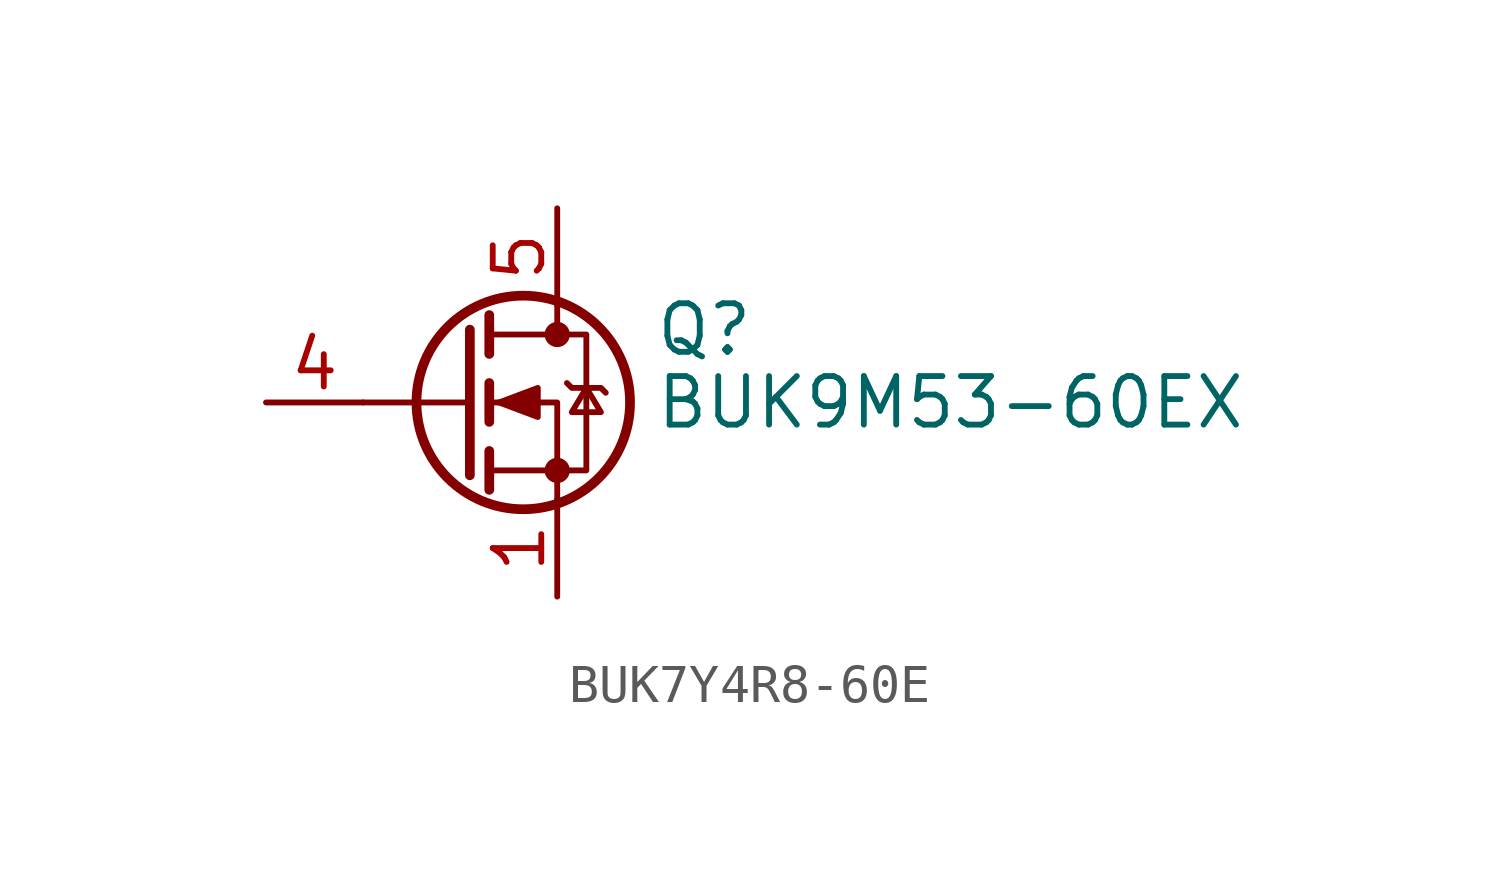
<source format=kicad_sym>
(kicad_symbol_lib
  (version 20231120)
  (generator "kicad_symbol_editor")
  (generator_version "8.0")
  (symbol "BUK7Y4R8-60E"
    (pin_names hide)
    (property "Reference" "Q"
      (at 5.08 1.905 0)
      (effects (font (size 1.27 1.27)) (justify left)))
    (property "Value" "BUK9M53-60EX"
      (at 5.08 0 0)
      (effects (font (size 1.27 1.27)) (justify left)))
    (symbol "BUK7Y4R8-60E_0_1"
      (polyline (pts (xy 0.254 0) (xy -2.54 0)) (stroke (width 0) (type default)) (fill (type none)))
      (polyline (pts (xy 0.254 1.905) (xy 0.254 -1.905)) (stroke (width 0.254) (type default)) (fill (type none)))
      (polyline (pts (xy 0.762 -1.27) (xy 0.762 -2.286)) (stroke (width 0.254) (type default)) (fill (type none)))
      (polyline (pts (xy 0.762 0.508) (xy 0.762 -0.508)) (stroke (width 0.254) (type default)) (fill (type none)))
      (polyline (pts (xy 0.762 2.286) (xy 0.762 1.27)) (stroke (width 0.254) (type default)) (fill (type none)))
      (polyline (pts (xy 2.54 2.54) (xy 2.54 1.778)) (stroke (width 0) (type default)) (fill (type none)))
      (polyline (pts (xy 2.54 -2.54) (xy 2.54 0) (xy 0.762 0)) (stroke (width 0) (type default)) (fill (type none)))
      (polyline (pts (xy 0.762 -1.778) (xy 3.302 -1.778) (xy 3.302 1.778) (xy 0.762 1.778)) (stroke (width 0) (type default)) (fill (type none)))
      (polyline (pts (xy 1.016 0) (xy 2.032 0.381) (xy 2.032 -0.381) (xy 1.016 0)) (stroke (width 0) (type default)) (fill (type outline)))
      (polyline (pts (xy 2.794 0.508) (xy 2.921 0.381) (xy 3.683 0.381) (xy 3.81 0.254)) (stroke (width 0) (type default)) (fill (type none)))
      (polyline (pts (xy 3.302 0.381) (xy 2.921 -0.254) (xy 3.683 -0.254) (xy 3.302 0.381)) (stroke (width 0) (type default)) (fill (type none)))
      (circle (center 1.651 0) (radius 2.794) (stroke (width 0.254) (type default)) (fill (type none)))
      (circle (center 2.54 -1.778) (radius 0.254) (stroke (width 0) (type default)) (fill (type outline)))
      (circle (center 2.54 1.778) (radius 0.254) (stroke (width 0) (type default)) (fill (type outline))))
    (symbol "BUK7Y4R8-60E_1_1"
      (pin passive line (at 2.54 -5.08 90) (length 2.54) (name "S" (effects (font (size 1.27 1.27)))) (number "1" (effects (font (size 1.27 1.27)))))
      (pin passive line (at 2.54 -5.08 90) (length 2.54) hide (name "S" (effects (font (size 1.27 1.27)))) (number "2" (effects (font (size 1.27 1.27)))))
      (pin passive line (at 2.54 -5.08 90) (length 2.54) hide (name "S" (effects (font (size 1.27 1.27)))) (number "3" (effects (font (size 1.27 1.27)))))
      (pin passive line (at -5.08 0 0) (length 2.54) (name "G" (effects (font (size 1.27 1.27)))) (number "4" (effects (font (size 1.27 1.27)))))
      (pin passive line (at 2.54 5.08 270) (length 2.54) (name "D" (effects (font (size 1.27 1.27)))) (number "5" (effects (font (size 1.27 1.27))))))))
</source>
